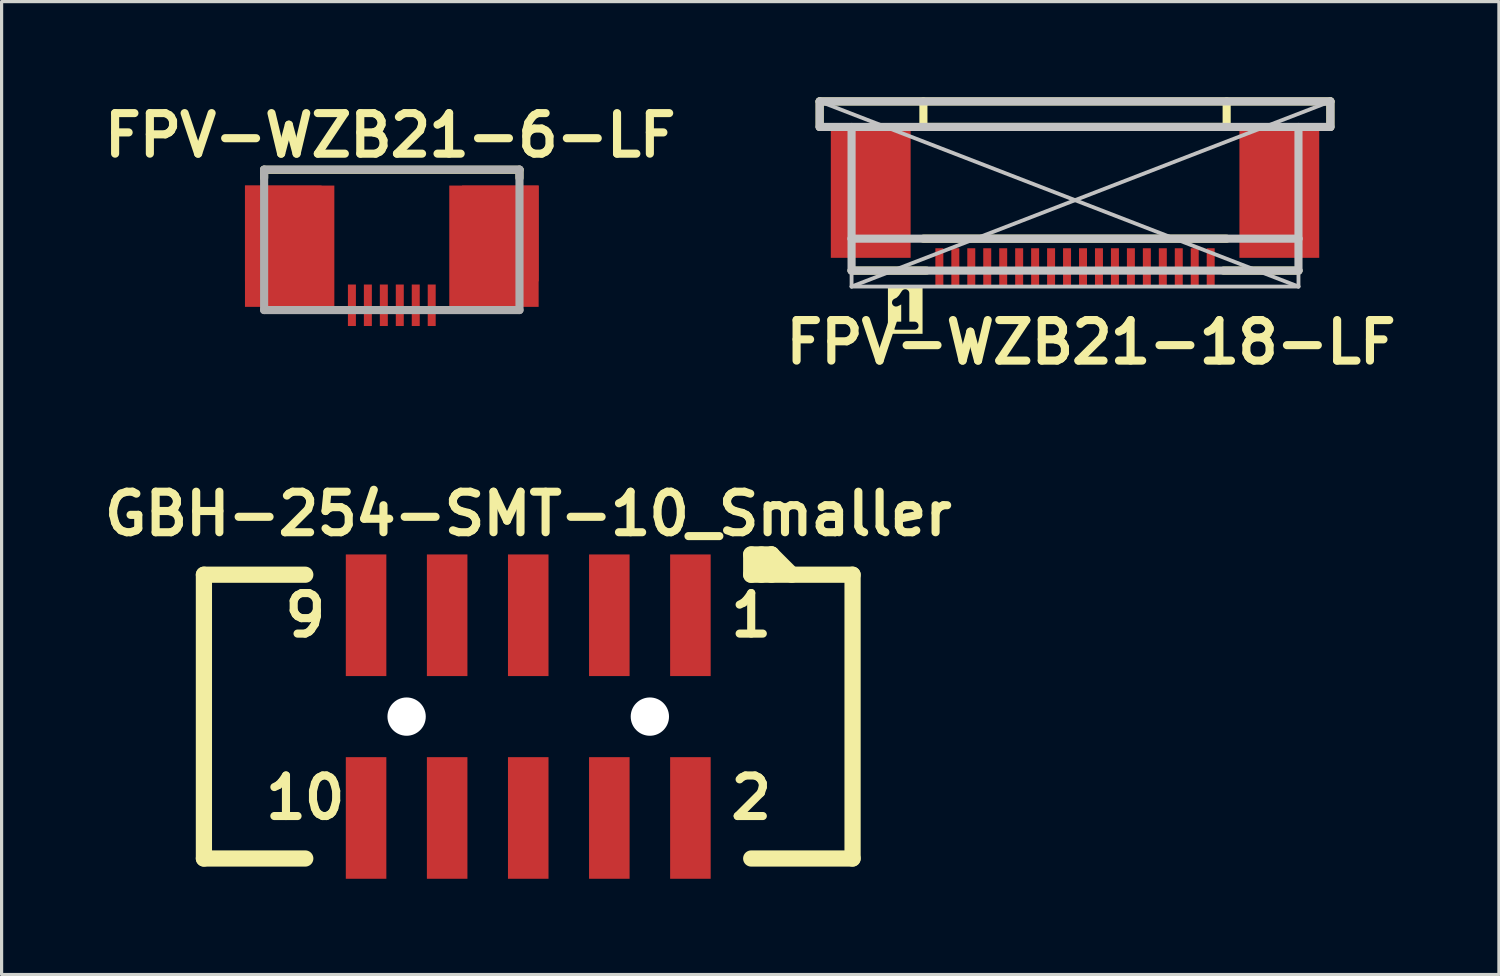
<source format=kicad_pcb>
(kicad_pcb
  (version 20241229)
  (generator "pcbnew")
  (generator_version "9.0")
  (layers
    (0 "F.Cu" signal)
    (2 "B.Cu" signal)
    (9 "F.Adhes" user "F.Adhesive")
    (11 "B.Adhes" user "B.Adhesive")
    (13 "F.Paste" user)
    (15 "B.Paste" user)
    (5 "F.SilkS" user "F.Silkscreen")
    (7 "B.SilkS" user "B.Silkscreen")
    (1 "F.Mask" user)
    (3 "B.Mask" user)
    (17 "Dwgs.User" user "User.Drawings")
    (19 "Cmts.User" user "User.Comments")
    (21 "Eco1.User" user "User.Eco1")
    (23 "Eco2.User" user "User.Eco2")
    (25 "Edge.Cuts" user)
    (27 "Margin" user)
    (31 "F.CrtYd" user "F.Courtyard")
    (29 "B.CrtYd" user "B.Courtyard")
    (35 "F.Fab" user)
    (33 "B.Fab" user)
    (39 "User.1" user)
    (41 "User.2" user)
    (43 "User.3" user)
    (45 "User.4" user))
  (footprint "FPV-WZB21-6-LF"
    (layer "F.Cu")
    (at 9.224 4.539)
    (property "Reference" "FPV-WZB21-6-LF" (at -0.05 -3.35 0) (layer "F.SilkS") (effects (font (size 1.27 1.27) (thickness 0.254))))
    (attr smd)
    (fp_line (start -4 -2.271) (end -4 -2.017) (stroke (width 0.254) (type solid)) (layer "F.SilkS"))
    (fp_line (start 4 -2.271) (end -4 -2.271) (stroke (width 0.254) (type solid)) (layer "F.SilkS"))
    (fp_line (start 4 -2.271) (end 4 -2.017) (stroke (width 0.254) (type solid)) (layer "F.SilkS"))
    (fp_line (start -4 -2.276) (end -4 2.124) (stroke (width 0.254) (type solid)) (layer "F.Fab"))
    (fp_line (start -4 2.124) (end 4 2.124) (stroke (width 0.254) (type solid)) (layer "F.Fab"))
    (fp_line (start 4 -2.276) (end -4 -2.276) (stroke (width 0.254) (type solid)) (layer "F.Fab"))
    (fp_line (start 4 2.124) (end 4 -2.276) (stroke (width 0.254) (type solid)) (layer "F.Fab"))
    (pad "0" smd rect (at -3.4 -0.276 180) (size 2.4 3) (layers "F.Cu" "F.Mask" "F.Paste"))
    (pad "0" smd rect (at -3.2 0.124 180) (size 2.8 3.8) (layers "F.Cu"))
    (pad "0" smd rect (at 3.2 0.124 180) (size 2.8 3.8) (layers "F.Cu"))
    (pad "0" smd rect (at 3.4 -0.276 180) (size 2.4 3) (layers "F.Cu" "F.Mask" "F.Paste"))
    (pad "1" smd rect (at -1.25 1.974 180) (size 0.25 1.3) (layers "F.Cu" "F.Mask" "F.Paste"))
    (pad "2" smd rect (at -0.75 1.974 180) (size 0.25 1.3) (layers "F.Cu" "F.Mask" "F.Paste"))
    (pad "3" smd rect (at -0.25 1.974 180) (size 0.25 1.3) (layers "F.Cu" "F.Mask" "F.Paste"))
    (pad "4" smd rect (at 0.25 1.974 180) (size 0.25 1.3) (layers "F.Cu" "F.Mask" "F.Paste"))
    (pad "5" smd rect (at 0.75 1.974 180) (size 0.25 1.3) (layers "F.Cu" "F.Mask" "F.Paste"))
    (pad "6" smd rect (at 1.25 1.974 180) (size 0.25 1.3) (layers "F.Cu" "F.Mask" "F.Paste")))
  (footprint "FPV-WZB21-18-LF"
    (layer "F.Cu")
    (at 30.627 3.227)
    (property "Reference" "FPV-WZB21-18-LF" (at 0.5 4.445 0) (layer "F.SilkS") (effects (font (size 1.27 1.27) (thickness 0.254))))
    (attr smd)
    (fp_line (start -8 -3.1) (end 8 -3.1) (stroke (width 0.254) (type solid)) (layer "F.SilkS"))
    (fp_line (start -8 -2.3) (end -8 -3.1) (stroke (width 0.254) (type solid)) (layer "F.SilkS"))
    (fp_line (start -7 2.2) (end -4.65 2.2) (stroke (width 0.254) (type solid)) (layer "F.SilkS"))
    (fp_line (start -4.75 -2.3) (end -4.75 -3.1) (stroke (width 0.254) (type solid)) (layer "F.SilkS"))
    (fp_line (start -4.75 1.2) (end 4.75 1.2) (stroke (width 0.254) (type solid)) (layer "F.SilkS"))
    (fp_line (start 4.65 2.2) (end 7 2.2) (stroke (width 0.254) (type solid)) (layer "F.SilkS"))
    (fp_line (start 4.75 -2.3) (end -4.75 -2.3) (stroke (width 0.254) (type solid)) (layer "F.SilkS"))
    (fp_line (start 4.75 -2.3) (end 4.75 -3.1) (stroke (width 0.254) (type solid)) (layer "F.SilkS"))
    (fp_line (start 8 -3.1) (end 8 -2.3) (stroke (width 0.254) (type solid)) (layer "F.SilkS"))
    (fp_line (start -8 -3.1) (end -8 -2.3) (stroke (width 0.254) (type solid)) (layer "Dwgs.User"))
    (fp_line (start -8 -3.1) (end 8 -3.1) (stroke (width 0.254) (type solid)) (layer "Dwgs.User"))
    (fp_line (start -8 -2.3) (end 8 -2.3) (stroke (width 0.254) (type solid)) (layer "Dwgs.User"))
    (fp_line (start -7 1.2) (end -7 -2.3) (stroke (width 0.254) (type solid)) (layer "Dwgs.User"))
    (fp_line (start -7 1.2) (end -7 2.2) (stroke (width 0.254) (type solid)) (layer "Dwgs.User"))
    (fp_line (start -7 1.2) (end 7 1.2) (stroke (width 0.254) (type solid)) (layer "Dwgs.User"))
    (fp_line (start -7 2.2) (end -7 2.7) (stroke (width 0.12) (type solid)) (layer "Dwgs.User"))
    (fp_line (start -7 2.2) (end 7 2.2) (stroke (width 0.254) (type solid)) (layer "Dwgs.User"))
    (fp_line (start -7 2.7) (end 7 2.7) (stroke (width 0.12) (type solid)) (layer "Dwgs.User"))
    (fp_line (start 7 1.2) (end 7 -2.3) (stroke (width 0.254) (type solid)) (layer "Dwgs.User"))
    (fp_line (start 7 1.2) (end 7 2.2) (stroke (width 0.254) (type solid)) (layer "Dwgs.User"))
    (fp_line (start 7 2.7) (end -8 -3.1) (stroke (width 0.12) (type solid)) (layer "Dwgs.User"))
    (fp_line (start 7 2.7) (end 7 2.2) (stroke (width 0.12) (type solid)) (layer "Dwgs.User"))
    (fp_line (start 8 -3.1) (end -7 2.7) (stroke (width 0.12) (type solid)) (layer "Dwgs.User"))
    (fp_line (start 8 -2.3) (end 8 -3.1) (stroke (width 0.254) (type solid)) (layer "Dwgs.User"))
    (fp_text user "1" (at -5.969 4.064 0) (unlocked yes) (layer "F.SilkS" knockout) (effects (font (size 1.016 1.016) (thickness 0.254) (bold yes)) (justify left bottom)))
    (pad "" smd rect (at -6.4 -0.25) (size 2.7 4.3) (layers "F.Paste"))
    (pad "" smd rect (at -4.25 2.1) (size 0.23 1.2) (layers "F.Paste"))
    (pad "" smd rect (at -3.75 2.1) (size 0.23 1.2) (layers "F.Paste"))
    (pad "" smd rect (at -3.25 2.1) (size 0.23 1.2) (layers "F.Paste"))
    (pad "" smd rect (at -2.75 2.1) (size 0.23 1.2) (layers "F.Paste"))
    (pad "" smd rect (at -2.25 2.1) (size 0.23 1.2) (layers "F.Paste"))
    (pad "" smd rect (at -1.75 2.1) (size 0.23 1.2) (layers "F.Paste"))
    (pad "" smd rect (at -1.25 2.1) (size 0.23 1.2) (layers "F.Paste"))
    (pad "" smd rect (at -0.75 2.1) (size 0.23 1.2) (layers "F.Paste"))
    (pad "" smd rect (at -0.25 2.1) (size 0.23 1.2) (layers "F.Paste"))
    (pad "" smd rect (at 0.25 2.1) (size 0.23 1.2) (layers "F.Paste"))
    (pad "" smd rect (at 0.75 2.1) (size 0.23 1.2) (layers "F.Paste"))
    (pad "" smd rect (at 1.25 2.1) (size 0.23 1.2) (layers "F.Paste"))
    (pad "" smd rect (at 1.75 2.1) (size 0.23 1.2) (layers "F.Paste"))
    (pad "" smd rect (at 2.25 2.1) (size 0.23 1.2) (layers "F.Paste"))
    (pad "" smd rect (at 2.75 2.1) (size 0.23 1.2) (layers "F.Paste"))
    (pad "" smd rect (at 3.25 2.1) (size 0.23 1.2) (layers "F.Paste"))
    (pad "" smd rect (at 3.75 2.1) (size 0.23 1.2) (layers "F.Paste"))
    (pad "" smd rect (at 4.25 2.1) (size 0.23 1.2) (layers "F.Paste"))
    (pad "" smd rect (at 6.4 -0.25) (size 2.7 4.3) (layers "F.Paste"))
    (pad "0" smd rect (at -6.4 -0.25) (size 2.5 4.1) (layers "F.Cu" "F.Mask"))
    (pad "0" smd rect (at 6.4 -0.25) (size 2.5 4.1) (layers "F.Cu" "F.Mask"))
    (pad "1" smd rect (at -4.25 2.1) (size 0.25 1.2) (layers "F.Cu" "F.Mask"))
    (pad "2" smd rect (at -3.75 2.1) (size 0.25 1.2) (layers "F.Cu" "F.Mask"))
    (pad "3" smd rect (at -3.25 2.1) (size 0.25 1.2) (layers "F.Cu" "F.Mask"))
    (pad "4" smd rect (at -2.75 2.1) (size 0.25 1.2) (layers "F.Cu" "F.Mask"))
    (pad "5" smd rect (at -2.25 2.1) (size 0.25 1.2) (layers "F.Cu" "F.Mask"))
    (pad "6" smd rect (at -1.75 2.1) (size 0.25 1.2) (layers "F.Cu" "F.Mask"))
    (pad "7" smd rect (at -1.25 2.1) (size 0.25 1.2) (layers "F.Cu" "F.Mask"))
    (pad "8" smd rect (at -0.75 2.1) (size 0.25 1.2) (layers "F.Cu" "F.Mask"))
    (pad "9" smd rect (at -0.25 2.1) (size 0.25 1.2) (layers "F.Cu" "F.Mask"))
    (pad "10" smd rect (at 0.25 2.1) (size 0.25 1.2) (layers "F.Cu" "F.Mask"))
    (pad "11" smd rect (at 0.75 2.1) (size 0.25 1.2) (layers "F.Cu" "F.Mask"))
    (pad "12" smd rect (at 1.25 2.1) (size 0.25 1.2) (layers "F.Cu" "F.Mask"))
    (pad "13" smd rect (at 1.75 2.1) (size 0.25 1.2) (layers "F.Cu" "F.Mask"))
    (pad "14" smd rect (at 2.25 2.1) (size 0.25 1.2) (layers "F.Cu" "F.Mask"))
    (pad "15" smd rect (at 2.75 2.1) (size 0.25 1.2) (layers "F.Cu" "F.Mask"))
    (pad "16" smd rect (at 3.25 2.1) (size 0.25 1.2) (layers "F.Cu" "F.Mask"))
    (pad "17" smd rect (at 3.75 2.1) (size 0.25 1.2) (layers "F.Cu" "F.Mask"))
    (pad "18" smd rect (at 4.25 2.1) (size 0.25 1.2) (layers "F.Cu" "F.Mask")))
  (footprint "GBH-254-SMT-10_Smaller"
    (layer "F.Cu")
    (at 13.498 19.399)
    (property "Reference" "GBH-254-SMT-10_Smaller" (at 0 -6.35 0) (layer "F.SilkS") (effects (font (size 1.27 1.27) (thickness 0.254))))
    (attr smd)
    (fp_line (start -10.16 -4.445) (end -10.16 4.445) (stroke (width 0.508) (type solid)) (layer "F.SilkS"))
    (fp_line (start -10.16 -4.445) (end -6.985 -4.445) (stroke (width 0.508) (type solid)) (layer "F.SilkS"))
    (fp_line (start -10.16 4.445) (end -6.985 4.445) (stroke (width 0.508) (type solid)) (layer "F.SilkS"))
    (fp_line (start 6.985 -5.08) (end 6.985 -4.445) (stroke (width 0.508) (type solid)) (layer "F.SilkS"))
    (fp_line (start 6.985 4.445) (end 10.16 4.445) (stroke (width 0.508) (type solid)) (layer "F.SilkS"))
    (fp_line (start 7.303 -5.08) (end 7.303 -4.445) (stroke (width 0.508) (type solid)) (layer "F.SilkS"))
    (fp_line (start 7.62 -5.08) (end 6.985 -5.08) (stroke (width 0.508) (type solid)) (layer "F.SilkS"))
    (fp_line (start 7.62 -5.08) (end 7.62 -4.445) (stroke (width 0.508) (type solid)) (layer "F.SilkS"))
    (fp_line (start 7.62 -5.08) (end 8.255 -4.445) (stroke (width 0.508) (type solid)) (layer "F.SilkS"))
    (fp_line (start 10.16 -4.445) (end 6.985 -4.445) (stroke (width 0.508) (type solid)) (layer "F.SilkS"))
    (fp_line (start 10.16 -4.445) (end 10.16 4.445) (stroke (width 0.508) (type solid)) (layer "F.SilkS"))
    (fp_text user "10" (at -6.985 2.54 0) (layer "F.SilkS") (effects (font (size 1.27 1.27) (thickness 0.254))))
    (fp_text user "2" (at 6.985 2.54 0) (layer "F.SilkS") (effects (font (size 1.27 1.27) (thickness 0.254))))
    (fp_text user "9" (at -6.985 -3.175 0) (layer "F.SilkS") (effects (font (size 1.27 1.27) (thickness 0.254))))
    (fp_text user "1" (at 6.985 -3.175 0) (layer "F.SilkS") (effects (font (size 1.27 1.27) (thickness 0.254))))
    (pad "" smd trapezoid (at -5.08 -3.175) (size 1.7 3.81) (layers "F.Paste"))
    (pad "" smd trapezoid (at -5.08 3.175) (size 1.7 3.81) (layers "F.Paste"))
    (pad "" np_thru_hole circle (at -3.81 0) (size 1.2 1.2) (drill 1.2) (layers "*.Cu" "*.Mask"))
    (pad "" smd trapezoid (at -2.54 -3.175) (size 1.7 3.81) (layers "F.Paste"))
    (pad "" smd trapezoid (at -2.54 3.175) (size 1.7 3.81) (layers "F.Paste"))
    (pad "" smd trapezoid (at 0 -3.175) (size 1.7 3.81) (layers "F.Paste"))
    (pad "" smd trapezoid (at 0 3.175) (size 1.7 3.81) (layers "F.Paste"))
    (pad "" smd trapezoid (at 2.54 -3.175) (size 1.7 3.81) (layers "F.Paste"))
    (pad "" smd trapezoid (at 2.54 3.175) (size 1.7 3.81) (layers "F.Paste"))
    (pad "" np_thru_hole circle (at 3.81 0) (size 1.2 1.2) (drill 1.2) (layers "*.Cu" "*.Mask"))
    (pad "" smd trapezoid (at 5.08 -3.175) (size 1.7 3.81) (layers "F.Paste"))
    (pad "" smd trapezoid (at 5.08 3.175) (size 1.7 3.81) (layers "F.Paste"))
    (pad "1" smd rect (at 5.08 -3.175) (size 1.27 3.81) (layers "F.Cu" "F.Mask"))
    (pad "2" smd rect (at 5.08 3.175) (size 1.27 3.81) (layers "F.Cu" "F.Mask"))
    (pad "3" smd rect (at 2.54 -3.175) (size 1.27 3.81) (layers "F.Cu" "F.Mask"))
    (pad "4" smd rect (at 2.54 3.175) (size 1.27 3.81) (layers "F.Cu" "F.Mask"))
    (pad "5" smd rect (at 0 -3.175) (size 1.27 3.81) (layers "F.Cu" "F.Mask"))
    (pad "6" smd rect (at 0 3.175) (size 1.27 3.81) (layers "F.Cu" "F.Mask"))
    (pad "7" smd rect (at -2.54 -3.175) (size 1.27 3.81) (layers "F.Cu" "F.Mask"))
    (pad "8" smd rect (at -2.54 3.175) (size 1.27 3.81) (layers "F.Cu" "F.Mask"))
    (pad "9" smd rect (at -5.08 -3.175) (size 1.27 3.81) (layers "F.Cu" "F.Mask"))
    (pad "10" smd rect (at -5.08 3.175) (size 1.27 3.81) (layers "F.Cu" "F.Mask")))
  (gr_rect
    (start -3 -3)
    (end 43.906 27.479)
    (stroke (width 0.1) (type default))
    (fill no)
    (layer "Edge.Cuts")))
</source>
